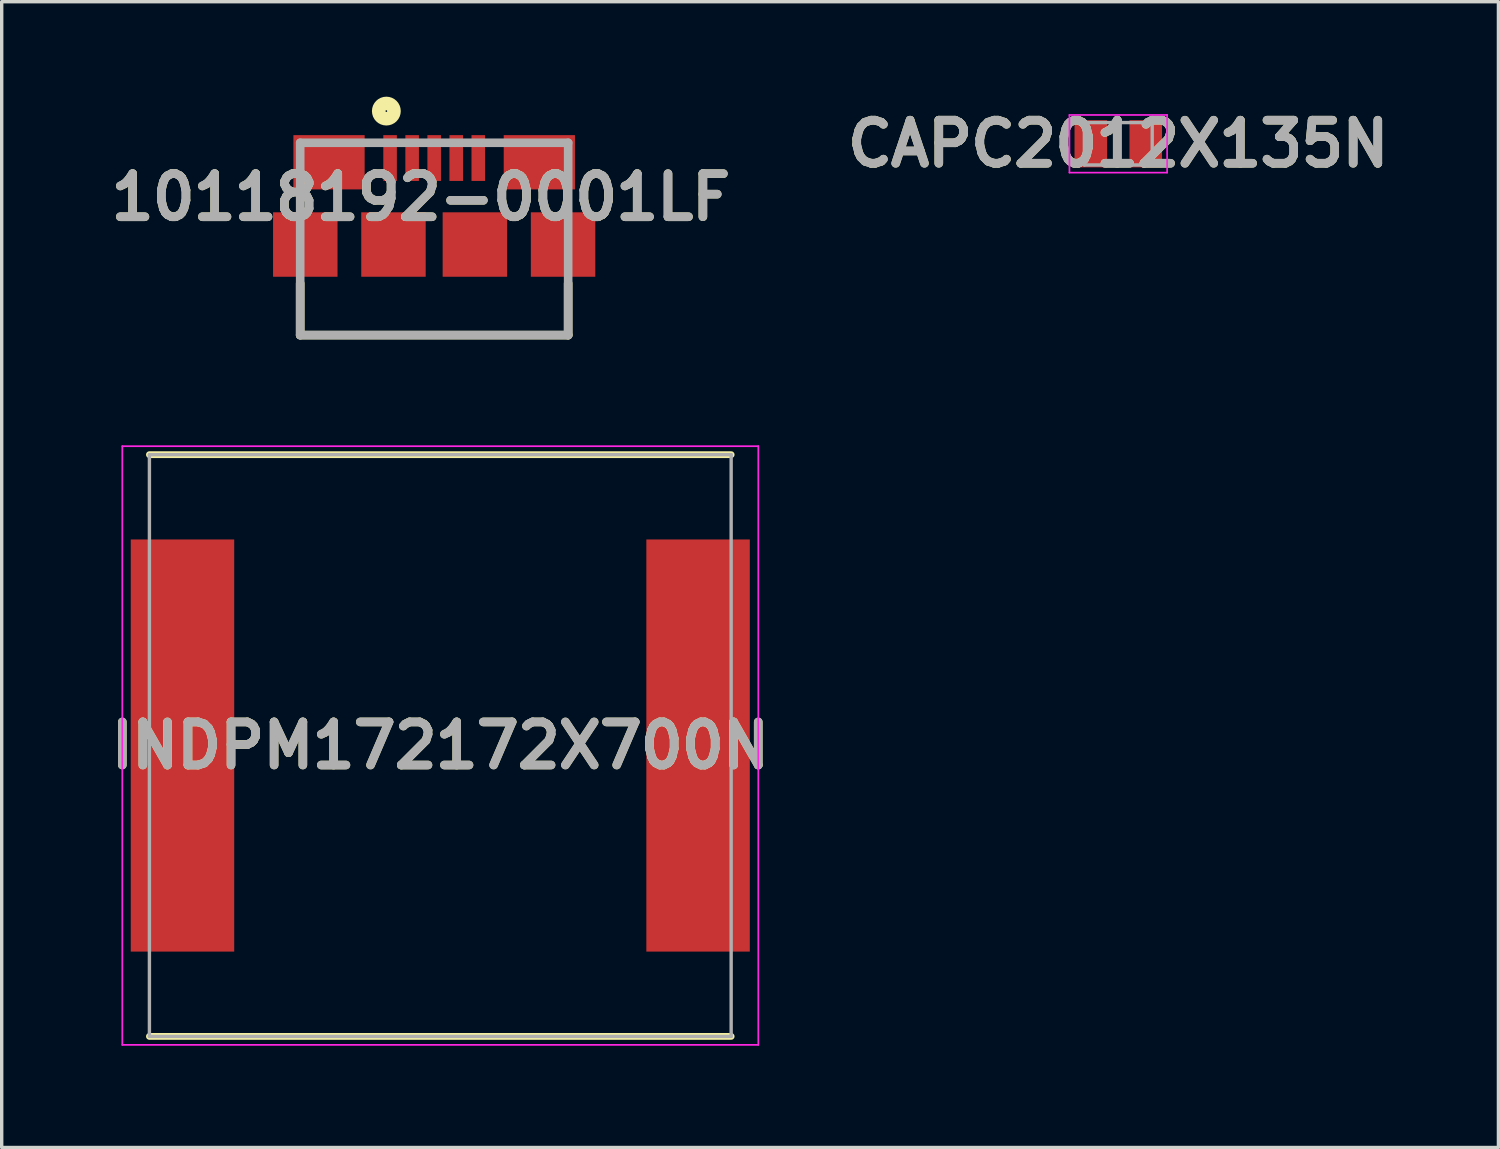
<source format=kicad_pcb>
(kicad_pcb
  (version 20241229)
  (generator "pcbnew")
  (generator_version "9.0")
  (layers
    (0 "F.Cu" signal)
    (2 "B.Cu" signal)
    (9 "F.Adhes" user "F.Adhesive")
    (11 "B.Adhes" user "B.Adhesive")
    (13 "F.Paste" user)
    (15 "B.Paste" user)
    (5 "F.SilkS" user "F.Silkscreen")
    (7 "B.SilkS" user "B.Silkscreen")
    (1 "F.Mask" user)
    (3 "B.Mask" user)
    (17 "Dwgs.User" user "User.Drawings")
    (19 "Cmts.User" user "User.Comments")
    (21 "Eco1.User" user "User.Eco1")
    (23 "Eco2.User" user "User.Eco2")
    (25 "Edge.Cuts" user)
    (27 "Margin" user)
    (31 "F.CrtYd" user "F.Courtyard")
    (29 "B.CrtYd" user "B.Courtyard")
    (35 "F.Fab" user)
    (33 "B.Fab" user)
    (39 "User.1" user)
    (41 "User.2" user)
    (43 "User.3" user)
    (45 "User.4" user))
  (footprint "CAPC2012X135N"
    (layer "F.Cu")
    (at 29.918 1.189)
    (property "Reference" "CAPC2012X135N" (at 0 0 0) (layer "F.SilkS") (effects (font (size 1.27 1.27) (thickness 0.254))))
    (attr smd)
    (fp_line (start -1.44 -0.85) (end 1.44 -0.85) (stroke (width 0.05) (type solid)) (layer "F.CrtYd"))
    (fp_line (start -1.44 0.85) (end -1.44 -0.85) (stroke (width 0.05) (type solid)) (layer "F.CrtYd"))
    (fp_line (start 1.44 -0.85) (end 1.44 0.85) (stroke (width 0.05) (type solid)) (layer "F.CrtYd"))
    (fp_line (start 1.44 0.85) (end -1.44 0.85) (stroke (width 0.05) (type solid)) (layer "F.CrtYd"))
    (fp_line (start -1 -0.625) (end 1 -0.625) (stroke (width 0.1) (type solid)) (layer "F.Fab"))
    (fp_line (start -1 0.625) (end -1 -0.625) (stroke (width 0.1) (type solid)) (layer "F.Fab"))
    (fp_line (start 1 -0.625) (end 1 0.625) (stroke (width 0.1) (type solid)) (layer "F.Fab"))
    (fp_line (start 1 0.625) (end -1 0.625) (stroke (width 0.1) (type solid)) (layer "F.Fab"))
    (fp_text user "${REFERENCE}" (at 0 0 0) (layer "F.Fab") (effects (font (size 1.27 1.27) (thickness 0.254))))
    (pad "1" smd rect (at -0.81 0) (size 0.96 1.39) (layers "F.Cu" "F.Mask" "F.Paste"))
    (pad "2" smd rect (at 0.81 0) (size 0.96 1.39) (layers "F.Cu" "F.Mask" "F.Paste")))
  (footprint "INDPM172172X700N"
    (layer "F.Cu")
    (at 9.93 18.929)
    (property "Reference" "INDPM172172X700N" (at 0 0 0) (layer "F.SilkS") (effects (font (size 1.27 1.27) (thickness 0.254))))
    (attr smd)
    (fp_line (start -8.575 8.575) (end 8.575 8.575) (stroke (width 0.2) (type solid)) (layer "F.SilkS"))
    (fp_line (start 8.575 -8.575) (end -8.575 -8.575) (stroke (width 0.2) (type solid)) (layer "F.SilkS"))
    (fp_line (start -9.375 -8.825) (end 9.375 -8.825) (stroke (width 0.05) (type solid)) (layer "F.CrtYd"))
    (fp_line (start -9.375 8.825) (end -9.375 -8.825) (stroke (width 0.05) (type solid)) (layer "F.CrtYd"))
    (fp_line (start 9.375 -8.825) (end 9.375 8.825) (stroke (width 0.05) (type solid)) (layer "F.CrtYd"))
    (fp_line (start 9.375 8.825) (end -9.375 8.825) (stroke (width 0.05) (type solid)) (layer "F.CrtYd"))
    (fp_line (start -8.575 -8.575) (end 8.575 -8.575) (stroke (width 0.1) (type solid)) (layer "F.Fab"))
    (fp_line (start -8.575 8.575) (end -8.575 -8.575) (stroke (width 0.1) (type solid)) (layer "F.Fab"))
    (fp_line (start 8.575 -8.575) (end 8.575 8.575) (stroke (width 0.1) (type solid)) (layer "F.Fab"))
    (fp_line (start 8.575 8.575) (end -8.575 8.575) (stroke (width 0.1) (type solid)) (layer "F.Fab"))
    (fp_text user "${REFERENCE}" (at 0 0 0) (layer "F.Fab") (effects (font (size 1.27 1.27) (thickness 0.254))))
    (pad "1" smd rect (at -7.6 0) (size 3.05 12.15) (layers "F.Cu" "F.Mask" "F.Paste"))
    (pad "2" smd rect (at 7.6 0) (size 3.05 12.15) (layers "F.Cu" "F.Mask" "F.Paste")))
  (footprint "10118192-0001LF"
    (layer "F.Cu")
    (at 5.8 6.829)
    (property "Reference" "10118192-0001LF" (at 3.556 -4.064 0) (layer "F.SilkS") (effects (font (size 1.27 1.27) (thickness 0.254))))
    (attr smd)
    (fp_line (start 0 0) (end 0 -1.524) (stroke (width 0.254) (type solid)) (layer "F.SilkS"))
    (fp_line (start 7.9 0) (end 0 0) (stroke (width 0.254) (type solid)) (layer "F.SilkS"))
    (fp_line (start 7.9 0) (end 7.9 -1.524) (stroke (width 0.254) (type solid)) (layer "F.SilkS"))
    (fp_circle (center 2.54 -6.604) (end 2.54 -6.579) (stroke (width 0.4) (type solid)) (fill no) (layer "F.SilkS"))
    (fp_line (start 0 -5.67) (end 7.9 -5.67) (stroke (width 0.254) (type solid)) (layer "F.Fab"))
    (fp_line (start 0 0) (end 0 -5.67) (stroke (width 0.254) (type solid)) (layer "F.Fab"))
    (fp_line (start 7.9 -5.67) (end 7.9 0) (stroke (width 0.254) (type solid)) (layer "F.Fab"))
    (fp_line (start 7.9 0) (end 0 0) (stroke (width 0.254) (type solid)) (layer "F.Fab"))
    (fp_text user "${REFERENCE}" (at 3.556 -4.064 0) (layer "F.Fab") (effects (font (size 1.27 1.27) (thickness 0.254))))
    (pad "1" smd rect (at 2.65 -5.22) (size 0.4 1.35) (layers "F.Cu" "F.Mask" "F.Paste"))
    (pad "2" smd rect (at 3.3 -5.22) (size 0.4 1.35) (layers "F.Cu" "F.Mask" "F.Paste"))
    (pad "3" smd rect (at 3.95 -5.22) (size 0.4 1.35) (layers "F.Cu" "F.Mask" "F.Paste"))
    (pad "4" smd rect (at 4.6 -5.22) (size 0.4 1.35) (layers "F.Cu" "F.Mask" "F.Paste"))
    (pad "5" smd rect (at 5.25 -5.22) (size 0.4 1.35) (layers "F.Cu" "F.Mask" "F.Paste"))
    (pad "6" smd rect (at 0.85 -5.095 90) (size 1.6 2.1) (layers "F.Cu" "F.Mask" "F.Paste"))
    (pad "7" smd rect (at 7.05 -5.095 90) (size 1.6 2.1) (layers "F.Cu" "F.Mask" "F.Paste"))
    (pad "8" smd rect (at 2.75 -2.67 90) (size 1.9 1.9) (layers "F.Cu" "F.Mask" "F.Paste"))
    (pad "9" smd rect (at 5.15 -2.67 90) (size 1.9 1.9) (layers "F.Cu" "F.Mask" "F.Paste"))
    (pad "10" smd rect (at 0.15 -2.67 90) (size 1.9 1.9) (layers "F.Cu" "F.Mask" "F.Paste"))
    (pad "11" smd rect (at 7.75 -2.67 90) (size 1.9 1.9) (layers "F.Cu" "F.Mask" "F.Paste")))
  (gr_rect
    (start -3 -3)
    (end 41.125 30.779)
    (stroke (width 0.1) (type default))
    (fill no)
    (layer "Edge.Cuts")))
</source>
